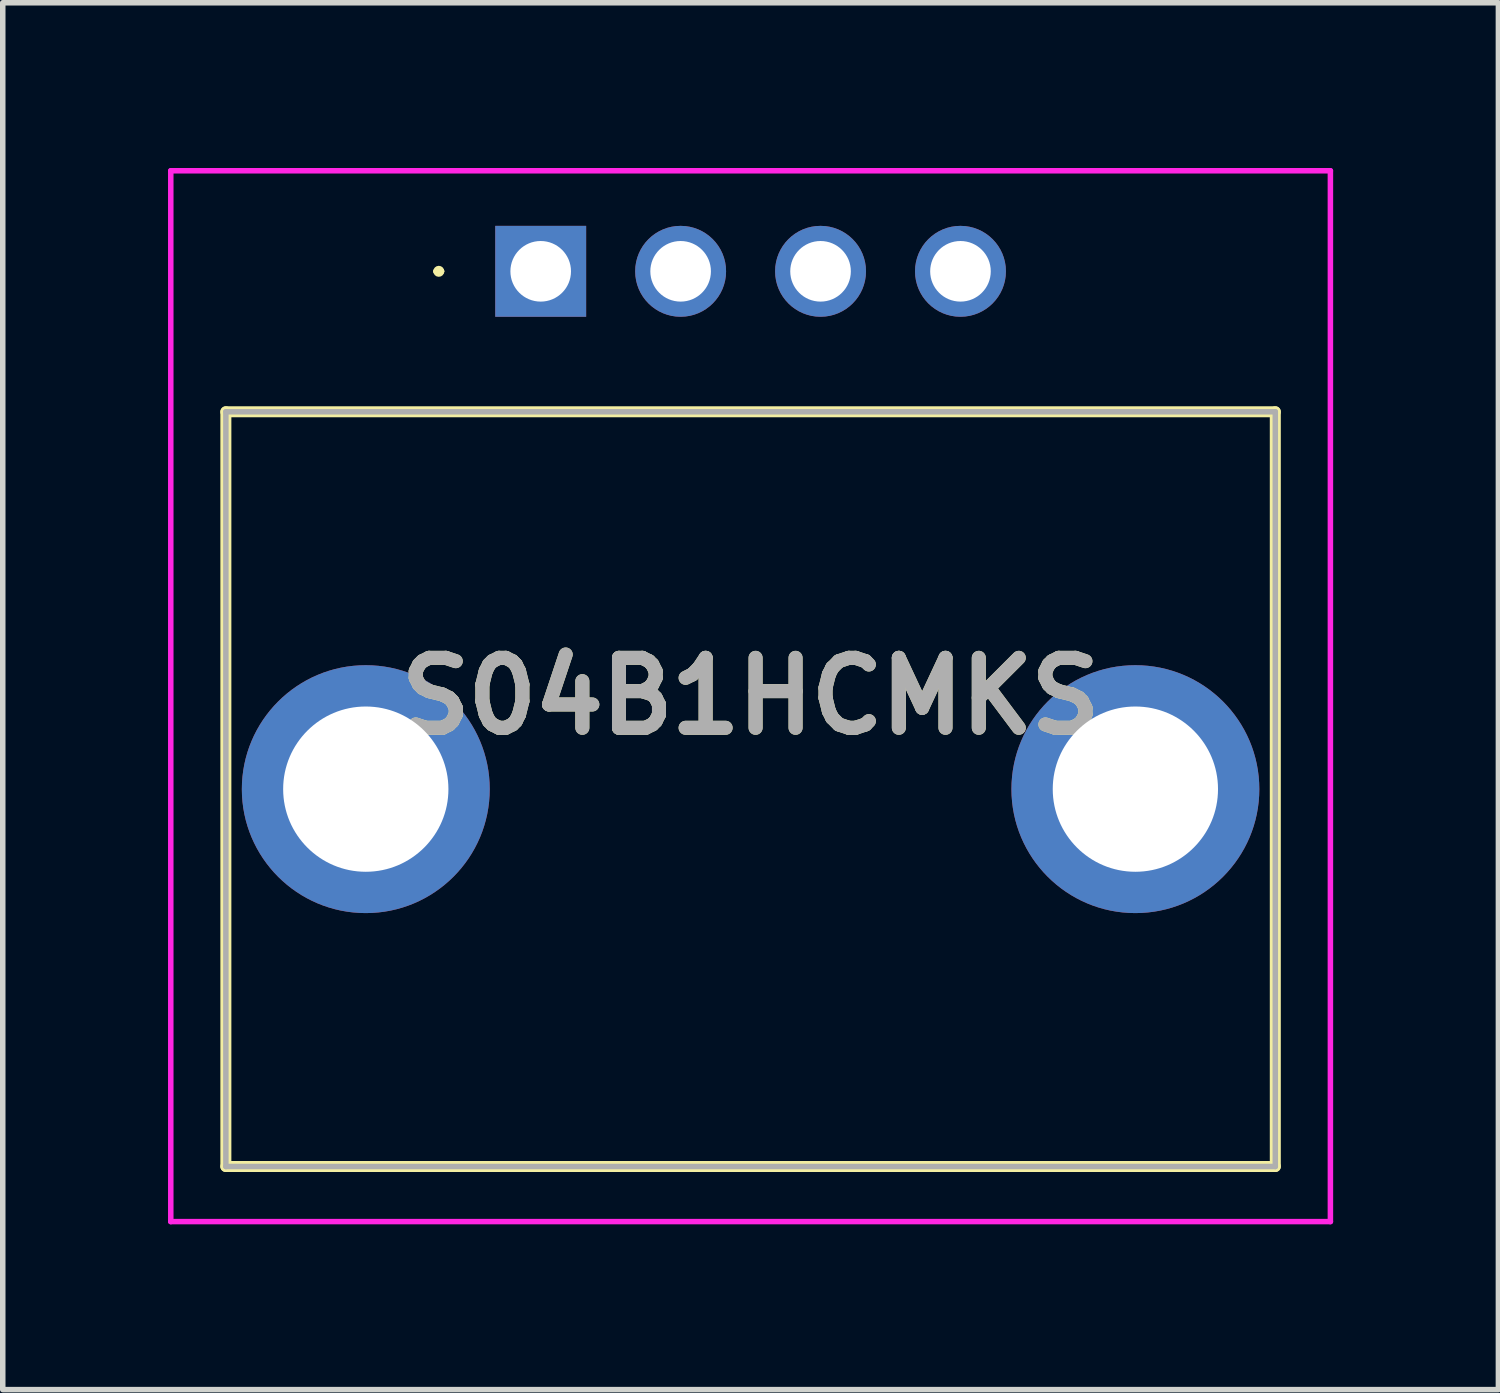
<source format=kicad_pcb>
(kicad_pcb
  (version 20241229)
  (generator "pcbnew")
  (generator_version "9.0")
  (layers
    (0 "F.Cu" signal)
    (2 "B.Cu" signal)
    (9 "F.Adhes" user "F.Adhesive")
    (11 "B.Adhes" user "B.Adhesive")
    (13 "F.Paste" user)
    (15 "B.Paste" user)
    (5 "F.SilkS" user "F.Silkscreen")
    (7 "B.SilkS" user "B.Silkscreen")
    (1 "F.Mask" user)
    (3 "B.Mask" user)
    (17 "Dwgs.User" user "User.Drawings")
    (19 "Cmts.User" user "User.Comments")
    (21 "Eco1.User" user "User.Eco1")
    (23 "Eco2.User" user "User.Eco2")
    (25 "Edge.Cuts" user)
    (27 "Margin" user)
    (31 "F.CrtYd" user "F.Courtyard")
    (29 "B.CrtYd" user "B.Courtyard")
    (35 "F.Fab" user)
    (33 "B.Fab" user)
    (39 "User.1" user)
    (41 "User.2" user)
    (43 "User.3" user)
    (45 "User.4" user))
  (footprint "S04B1HCMKS"
    (layer "F.Cu")
    (at 6.765 1.875)
    (property "Reference" "S04B1HCMKS" (at 3.81 7.712 0) (layer "F.SilkS") (effects (font (size 1.27 1.27) (thickness 0.254))))
    (attr through_hole)
    (fp_line (start -5.715 2.55) (end 13.335 2.55) (stroke (width 0.2) (type solid)) (layer "F.SilkS"))
    (fp_line (start -5.715 16.25) (end -5.715 2.55) (stroke (width 0.2) (type solid)) (layer "F.SilkS"))
    (fp_line (start -1.9 0) (end -1.9 0) (stroke (width 0.1) (type solid)) (layer "F.SilkS"))
    (fp_line (start -1.8 0) (end -1.8 0) (stroke (width 0.1) (type solid)) (layer "F.SilkS"))
    (fp_line (start 13.335 2.55) (end 13.335 16.25) (stroke (width 0.2) (type solid)) (layer "F.SilkS"))
    (fp_line (start 13.335 16.25) (end -5.715 16.25) (stroke (width 0.2) (type solid)) (layer "F.SilkS"))
    (fp_arc (start -1.9 0) (mid -1.85 -0.05) (end -1.8 0) (stroke (width 0.1) (type solid)) (layer "F.SilkS"))
    (fp_arc (start -1.8 0) (mid -1.85 0.05) (end -1.9 0) (stroke (width 0.1) (type solid)) (layer "F.SilkS"))
    (fp_line (start -6.715 -1.825) (end 14.335 -1.825) (stroke (width 0.1) (type solid)) (layer "F.CrtYd"))
    (fp_line (start -6.715 17.25) (end -6.715 -1.825) (stroke (width 0.1) (type solid)) (layer "F.CrtYd"))
    (fp_line (start 14.335 -1.825) (end 14.335 17.25) (stroke (width 0.1) (type solid)) (layer "F.CrtYd"))
    (fp_line (start 14.335 17.25) (end -6.715 17.25) (stroke (width 0.1) (type solid)) (layer "F.CrtYd"))
    (fp_line (start -5.715 2.55) (end -5.715 16.25) (stroke (width 0.1) (type solid)) (layer "F.Fab"))
    (fp_line (start -5.715 16.25) (end 13.335 16.25) (stroke (width 0.1) (type solid)) (layer "F.Fab"))
    (fp_line (start 13.335 2.55) (end -5.715 2.55) (stroke (width 0.1) (type solid)) (layer "F.Fab"))
    (fp_line (start 13.335 16.25) (end 13.335 2.55) (stroke (width 0.1) (type solid)) (layer "F.Fab"))
    (fp_text user "${REFERENCE}" (at 3.81 7.712 0) (layer "F.Fab") (effects (font (size 1.27 1.27) (thickness 0.254))))
    (pad "1" thru_hole rect (at 0 0) (size 1.65 1.65) (drill 1.1) (layers "*.Cu" "*.Mask"))
    (pad "2" thru_hole circle (at 2.54 0) (size 1.65 1.65) (drill 1.1) (layers "*.Cu" "*.Mask"))
    (pad "3" thru_hole circle (at 5.08 0) (size 1.65 1.65) (drill 1.1) (layers "*.Cu" "*.Mask"))
    (pad "4" thru_hole circle (at 7.62 0) (size 1.65 1.65) (drill 1.1) (layers "*.Cu" "*.Mask"))
    (pad "MH1" thru_hole circle (at -3.175 9.4) (size 4.5 4.5) (drill 3) (layers "*.Cu" "*.Mask"))
    (pad "MH2" thru_hole circle (at 10.795 9.4) (size 4.5 4.5) (drill 3) (layers "*.Cu" "*.Mask")))
  (gr_rect
    (start -3 -3)
    (end 24.15 22.175)
    (stroke (width 0.1) (type default))
    (fill no)
    (layer "Edge.Cuts")))
</source>
